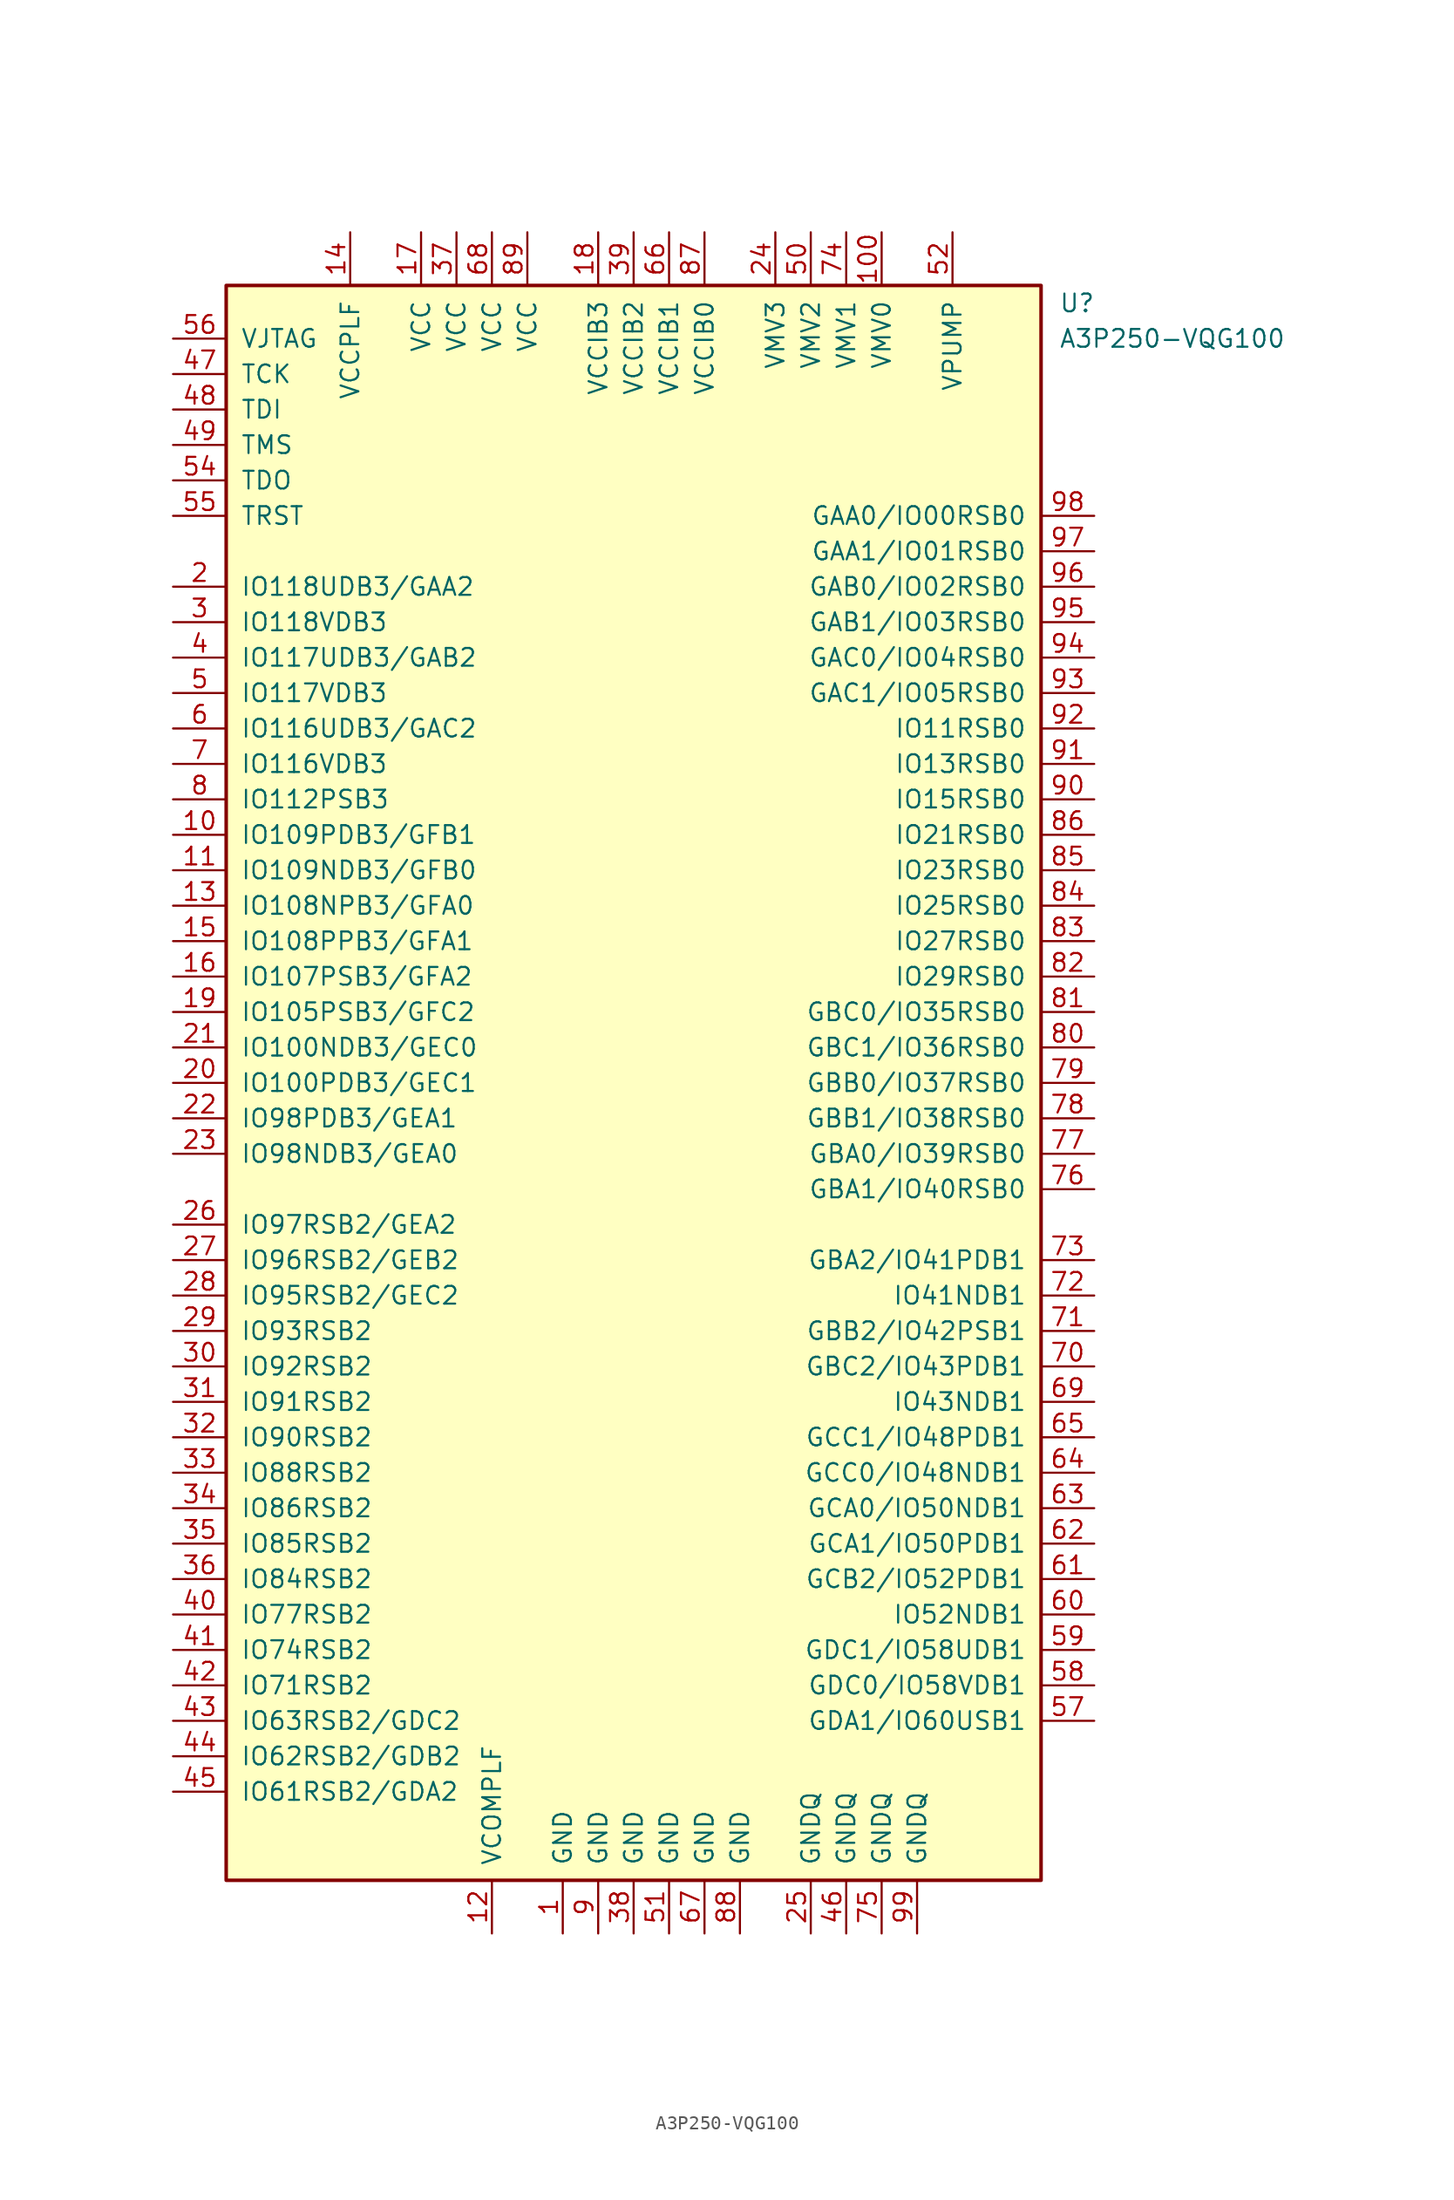
<source format=kicad_sym>
(kicad_symbol_lib
  (version 20201005)
  (generator kicad_symbol_editor)
  (symbol "A3P250-VQG100"
    (pin_names
      (offset 1.016))
    (property "Reference" "U"
      (at 30.48 55.88 0)
      (effects (font (size 1.27 1.27)) (justify left)))
    (property "Value" "A3P250-VQG100"
      (at 30.48 53.34 0)
      (effects (font (size 1.27 1.27)) (justify left)))
    (symbol "A3P250-VQG100_0_1"
      (rectangle (start -29.21 57.15) (end 29.21 -57.15) (stroke (width 0.254)) (fill (type background))))
    (symbol "A3P250-VQG100_1_1"
      (pin power_out line (at -5.08 -60.96 90) (length 3.81) (name "GND" (effects (font (size 1.27 1.27)))) (number "1" (effects (font (size 1.27 1.27)))))
      (pin bidirectional line (at -33.02 17.78 0) (length 3.81) (name "IO109PDB3/GFB1" (effects (font (size 1.27 1.27)))) (number "10" (effects (font (size 1.27 1.27)))))
      (pin power_in line (at 17.78 60.96 270) (length 3.81) (name "VMV0" (effects (font (size 1.27 1.27)))) (number "100" (effects (font (size 1.27 1.27)))))
      (pin bidirectional line (at -33.02 15.24 0) (length 3.81) (name "IO109NDB3/GFB0" (effects (font (size 1.27 1.27)))) (number "11" (effects (font (size 1.27 1.27)))))
      (pin power_in line (at -10.16 -60.96 90) (length 3.81) (name "VCOMPLF" (effects (font (size 1.27 1.27)))) (number "12" (effects (font (size 1.27 1.27)))))
      (pin bidirectional line (at -33.02 12.7 0) (length 3.81) (name "IO108NPB3/GFA0" (effects (font (size 1.27 1.27)))) (number "13" (effects (font (size 1.27 1.27)))))
      (pin power_in line (at -20.32 60.96 270) (length 3.81) (name "VCCPLF" (effects (font (size 1.27 1.27)))) (number "14" (effects (font (size 1.27 1.27)))))
      (pin bidirectional line (at -33.02 10.16 0) (length 3.81) (name "IO108PPB3/GFA1" (effects (font (size 1.27 1.27)))) (number "15" (effects (font (size 1.27 1.27)))))
      (pin bidirectional line (at -33.02 7.62 0) (length 3.81) (name "IO107PSB3/GFA2" (effects (font (size 1.27 1.27)))) (number "16" (effects (font (size 1.27 1.27)))))
      (pin power_in line (at -15.24 60.96 270) (length 3.81) (name "VCC" (effects (font (size 1.27 1.27)))) (number "17" (effects (font (size 1.27 1.27)))))
      (pin power_in line (at -2.54 60.96 270) (length 3.81) (name "VCCIB3" (effects (font (size 1.27 1.27)))) (number "18" (effects (font (size 1.27 1.27)))))
      (pin bidirectional line (at -33.02 5.08 0) (length 3.81) (name "IO105PSB3/GFC2" (effects (font (size 1.27 1.27)))) (number "19" (effects (font (size 1.27 1.27)))))
      (pin bidirectional line (at -33.02 35.56 0) (length 3.81) (name "IO118UDB3/GAA2" (effects (font (size 1.27 1.27)))) (number "2" (effects (font (size 1.27 1.27)))))
      (pin bidirectional line (at -33.02 0 0) (length 3.81) (name "IO100PDB3/GEC1" (effects (font (size 1.27 1.27)))) (number "20" (effects (font (size 1.27 1.27)))))
      (pin bidirectional line (at -33.02 2.54 0) (length 3.81) (name "IO100NDB3/GEC0" (effects (font (size 1.27 1.27)))) (number "21" (effects (font (size 1.27 1.27)))))
      (pin bidirectional line (at -33.02 -2.54 0) (length 3.81) (name "IO98PDB3/GEA1" (effects (font (size 1.27 1.27)))) (number "22" (effects (font (size 1.27 1.27)))))
      (pin bidirectional line (at -33.02 -5.08 0) (length 3.81) (name "IO98NDB3/GEA0" (effects (font (size 1.27 1.27)))) (number "23" (effects (font (size 1.27 1.27)))))
      (pin bidirectional line (at 10.16 60.96 270) (length 3.81) (name "VMV3" (effects (font (size 1.27 1.27)))) (number "24" (effects (font (size 1.27 1.27)))))
      (pin bidirectional line (at 12.7 -60.96 90) (length 3.81) (name "GNDQ" (effects (font (size 1.27 1.27)))) (number "25" (effects (font (size 1.27 1.27)))))
      (pin bidirectional line (at -33.02 -10.16 0) (length 3.81) (name "IO97RSB2/GEA2" (effects (font (size 1.27 1.27)))) (number "26" (effects (font (size 1.27 1.27)))))
      (pin bidirectional line (at -33.02 -12.7 0) (length 3.81) (name "IO96RSB2/GEB2" (effects (font (size 1.27 1.27)))) (number "27" (effects (font (size 1.27 1.27)))))
      (pin bidirectional line (at -33.02 -15.24 0) (length 3.81) (name "IO95RSB2/GEC2" (effects (font (size 1.27 1.27)))) (number "28" (effects (font (size 1.27 1.27)))))
      (pin bidirectional line (at -33.02 -17.78 0) (length 3.81) (name "IO93RSB2" (effects (font (size 1.27 1.27)))) (number "29" (effects (font (size 1.27 1.27)))))
      (pin bidirectional line (at -33.02 33.02 0) (length 3.81) (name "IO118VDB3" (effects (font (size 1.27 1.27)))) (number "3" (effects (font (size 1.27 1.27)))))
      (pin bidirectional line (at -33.02 -20.32 0) (length 3.81) (name "IO92RSB2" (effects (font (size 1.27 1.27)))) (number "30" (effects (font (size 1.27 1.27)))))
      (pin bidirectional line (at -33.02 -22.86 0) (length 3.81) (name "IO91RSB2" (effects (font (size 1.27 1.27)))) (number "31" (effects (font (size 1.27 1.27)))))
      (pin bidirectional line (at -33.02 -25.4 0) (length 3.81) (name "IO90RSB2" (effects (font (size 1.27 1.27)))) (number "32" (effects (font (size 1.27 1.27)))))
      (pin bidirectional line (at -33.02 -27.94 0) (length 3.81) (name "IO88RSB2" (effects (font (size 1.27 1.27)))) (number "33" (effects (font (size 1.27 1.27)))))
      (pin bidirectional line (at -33.02 -30.48 0) (length 3.81) (name "IO86RSB2" (effects (font (size 1.27 1.27)))) (number "34" (effects (font (size 1.27 1.27)))))
      (pin bidirectional line (at -33.02 -33.02 0) (length 3.81) (name "IO85RSB2" (effects (font (size 1.27 1.27)))) (number "35" (effects (font (size 1.27 1.27)))))
      (pin bidirectional line (at -33.02 -35.56 0) (length 3.81) (name "IO84RSB2" (effects (font (size 1.27 1.27)))) (number "36" (effects (font (size 1.27 1.27)))))
      (pin power_in line (at -12.7 60.96 270) (length 3.81) (name "VCC" (effects (font (size 1.27 1.27)))) (number "37" (effects (font (size 1.27 1.27)))))
      (pin power_out line (at 0 -60.96 90) (length 3.81) (name "GND" (effects (font (size 1.27 1.27)))) (number "38" (effects (font (size 1.27 1.27)))))
      (pin power_in line (at 0 60.96 270) (length 3.81) (name "VCCIB2" (effects (font (size 1.27 1.27)))) (number "39" (effects (font (size 1.27 1.27)))))
      (pin bidirectional line (at -33.02 30.48 0) (length 3.81) (name "IO117UDB3/GAB2" (effects (font (size 1.27 1.27)))) (number "4" (effects (font (size 1.27 1.27)))))
      (pin bidirectional line (at -33.02 -38.1 0) (length 3.81) (name "IO77RSB2" (effects (font (size 1.27 1.27)))) (number "40" (effects (font (size 1.27 1.27)))))
      (pin bidirectional line (at -33.02 -40.64 0) (length 3.81) (name "IO74RSB2" (effects (font (size 1.27 1.27)))) (number "41" (effects (font (size 1.27 1.27)))))
      (pin bidirectional line (at -33.02 -43.18 0) (length 3.81) (name "IO71RSB2" (effects (font (size 1.27 1.27)))) (number "42" (effects (font (size 1.27 1.27)))))
      (pin bidirectional line (at -33.02 -45.72 0) (length 3.81) (name "IO63RSB2/GDC2" (effects (font (size 1.27 1.27)))) (number "43" (effects (font (size 1.27 1.27)))))
      (pin bidirectional line (at -33.02 -48.26 0) (length 3.81) (name "IO62RSB2/GDB2" (effects (font (size 1.27 1.27)))) (number "44" (effects (font (size 1.27 1.27)))))
      (pin bidirectional line (at -33.02 -50.8 0) (length 3.81) (name "IO61RSB2/GDA2" (effects (font (size 1.27 1.27)))) (number "45" (effects (font (size 1.27 1.27)))))
      (pin power_out line (at 15.24 -60.96 90) (length 3.81) (name "GNDQ" (effects (font (size 1.27 1.27)))) (number "46" (effects (font (size 1.27 1.27)))))
      (pin bidirectional line (at -33.02 50.8 0) (length 3.81) (name "TCK" (effects (font (size 1.27 1.27)))) (number "47" (effects (font (size 1.27 1.27)))))
      (pin bidirectional line (at -33.02 48.26 0) (length 3.81) (name "TDI" (effects (font (size 1.27 1.27)))) (number "48" (effects (font (size 1.27 1.27)))))
      (pin bidirectional line (at -33.02 45.72 0) (length 3.81) (name "TMS" (effects (font (size 1.27 1.27)))) (number "49" (effects (font (size 1.27 1.27)))))
      (pin bidirectional line (at -33.02 27.94 0) (length 3.81) (name "IO117VDB3" (effects (font (size 1.27 1.27)))) (number "5" (effects (font (size 1.27 1.27)))))
      (pin power_in line (at 12.7 60.96 270) (length 3.81) (name "VMV2" (effects (font (size 1.27 1.27)))) (number "50" (effects (font (size 1.27 1.27)))))
      (pin power_out line (at 2.54 -60.96 90) (length 3.81) (name "GND" (effects (font (size 1.27 1.27)))) (number "51" (effects (font (size 1.27 1.27)))))
      (pin power_in line (at 22.86 60.96 270) (length 3.81) (name "VPUMP" (effects (font (size 1.27 1.27)))) (number "52" (effects (font (size 1.27 1.27)))))
      (pin bidirectional line (at -33.02 43.18 0) (length 3.81) (name "TDO" (effects (font (size 1.27 1.27)))) (number "54" (effects (font (size 1.27 1.27)))))
      (pin bidirectional line (at -33.02 40.64 0) (length 3.81) (name "TRST" (effects (font (size 1.27 1.27)))) (number "55" (effects (font (size 1.27 1.27)))))
      (pin bidirectional line (at -33.02 53.34 0) (length 3.81) (name "VJTAG" (effects (font (size 1.27 1.27)))) (number "56" (effects (font (size 1.27 1.27)))))
      (pin bidirectional line (at 33.02 -45.72 180) (length 3.81) (name "GDA1/IO60USB1" (effects (font (size 1.27 1.27)))) (number "57" (effects (font (size 1.27 1.27)))))
      (pin bidirectional line (at 33.02 -43.18 180) (length 3.81) (name "GDC0/IO58VDB1" (effects (font (size 1.27 1.27)))) (number "58" (effects (font (size 1.27 1.27)))))
      (pin bidirectional line (at 33.02 -40.64 180) (length 3.81) (name "GDC1/IO58UDB1" (effects (font (size 1.27 1.27)))) (number "59" (effects (font (size 1.27 1.27)))))
      (pin bidirectional line (at -33.02 25.4 0) (length 3.81) (name "IO116UDB3/GAC2" (effects (font (size 1.27 1.27)))) (number "6" (effects (font (size 1.27 1.27)))))
      (pin bidirectional line (at 33.02 -38.1 180) (length 3.81) (name "IO52NDB1" (effects (font (size 1.27 1.27)))) (number "60" (effects (font (size 1.27 1.27)))))
      (pin bidirectional line (at 33.02 -35.56 180) (length 3.81) (name "GCB2/IO52PDB1" (effects (font (size 1.27 1.27)))) (number "61" (effects (font (size 1.27 1.27)))))
      (pin bidirectional line (at 33.02 -33.02 180) (length 3.81) (name "GCA1/IO50PDB1" (effects (font (size 1.27 1.27)))) (number "62" (effects (font (size 1.27 1.27)))))
      (pin bidirectional line (at 33.02 -30.48 180) (length 3.81) (name "GCA0/IO50NDB1" (effects (font (size 1.27 1.27)))) (number "63" (effects (font (size 1.27 1.27)))))
      (pin bidirectional line (at 33.02 -27.94 180) (length 3.81) (name "GCC0/IO48NDB1" (effects (font (size 1.27 1.27)))) (number "64" (effects (font (size 1.27 1.27)))))
      (pin bidirectional line (at 33.02 -25.4 180) (length 3.81) (name "GCC1/IO48PDB1" (effects (font (size 1.27 1.27)))) (number "65" (effects (font (size 1.27 1.27)))))
      (pin bidirectional line (at 2.54 60.96 270) (length 3.81) (name "VCCIB1" (effects (font (size 1.27 1.27)))) (number "66" (effects (font (size 1.27 1.27)))))
      (pin power_out line (at 5.08 -60.96 90) (length 3.81) (name "GND" (effects (font (size 1.27 1.27)))) (number "67" (effects (font (size 1.27 1.27)))))
      (pin power_in line (at -10.16 60.96 270) (length 3.81) (name "VCC" (effects (font (size 1.27 1.27)))) (number "68" (effects (font (size 1.27 1.27)))))
      (pin bidirectional line (at 33.02 -22.86 180) (length 3.81) (name "IO43NDB1" (effects (font (size 1.27 1.27)))) (number "69" (effects (font (size 1.27 1.27)))))
      (pin input line (at -33.02 22.86 0) (length 3.81) (name "IO116VDB3" (effects (font (size 1.27 1.27)))) (number "7" (effects (font (size 1.27 1.27)))))
      (pin bidirectional line (at 33.02 -20.32 180) (length 3.81) (name "GBC2/IO43PDB1" (effects (font (size 1.27 1.27)))) (number "70" (effects (font (size 1.27 1.27)))))
      (pin bidirectional line (at 33.02 -17.78 180) (length 3.81) (name "GBB2/IO42PSB1" (effects (font (size 1.27 1.27)))) (number "71" (effects (font (size 1.27 1.27)))))
      (pin bidirectional line (at 33.02 -15.24 180) (length 3.81) (name "IO41NDB1" (effects (font (size 1.27 1.27)))) (number "72" (effects (font (size 1.27 1.27)))))
      (pin bidirectional line (at 33.02 -12.7 180) (length 3.81) (name "GBA2/IO41PDB1" (effects (font (size 1.27 1.27)))) (number "73" (effects (font (size 1.27 1.27)))))
      (pin bidirectional line (at 15.24 60.96 270) (length 3.81) (name "VMV1" (effects (font (size 1.27 1.27)))) (number "74" (effects (font (size 1.27 1.27)))))
      (pin bidirectional line (at 17.78 -60.96 90) (length 3.81) (name "GNDQ" (effects (font (size 1.27 1.27)))) (number "75" (effects (font (size 1.27 1.27)))))
      (pin bidirectional line (at 33.02 -7.62 180) (length 3.81) (name "GBA1/IO40RSB0" (effects (font (size 1.27 1.27)))) (number "76" (effects (font (size 1.27 1.27)))))
      (pin bidirectional line (at 33.02 -5.08 180) (length 3.81) (name "GBA0/IO39RSB0" (effects (font (size 1.27 1.27)))) (number "77" (effects (font (size 1.27 1.27)))))
      (pin bidirectional line (at 33.02 -2.54 180) (length 3.81) (name "GBB1/IO38RSB0" (effects (font (size 1.27 1.27)))) (number "78" (effects (font (size 1.27 1.27)))))
      (pin bidirectional line (at 33.02 0 180) (length 3.81) (name "GBB0/IO37RSB0" (effects (font (size 1.27 1.27)))) (number "79" (effects (font (size 1.27 1.27)))))
      (pin bidirectional line (at -33.02 20.32 0) (length 3.81) (name "IO112PSB3" (effects (font (size 1.27 1.27)))) (number "8" (effects (font (size 1.27 1.27)))))
      (pin bidirectional line (at 33.02 2.54 180) (length 3.81) (name "GBC1/IO36RSB0" (effects (font (size 1.27 1.27)))) (number "80" (effects (font (size 1.27 1.27)))))
      (pin bidirectional line (at 33.02 5.08 180) (length 3.81) (name "GBC0/IO35RSB0" (effects (font (size 1.27 1.27)))) (number "81" (effects (font (size 1.27 1.27)))))
      (pin bidirectional line (at 33.02 7.62 180) (length 3.81) (name "IO29RSB0" (effects (font (size 1.27 1.27)))) (number "82" (effects (font (size 1.27 1.27)))))
      (pin bidirectional line (at 33.02 10.16 180) (length 3.81) (name "IO27RSB0" (effects (font (size 1.27 1.27)))) (number "83" (effects (font (size 1.27 1.27)))))
      (pin bidirectional line (at 33.02 12.7 180) (length 3.81) (name "IO25RSB0" (effects (font (size 1.27 1.27)))) (number "84" (effects (font (size 1.27 1.27)))))
      (pin bidirectional line (at 33.02 15.24 180) (length 3.81) (name "IO23RSB0" (effects (font (size 1.27 1.27)))) (number "85" (effects (font (size 1.27 1.27)))))
      (pin bidirectional line (at 33.02 17.78 180) (length 3.81) (name "IO21RSB0" (effects (font (size 1.27 1.27)))) (number "86" (effects (font (size 1.27 1.27)))))
      (pin power_in line (at 5.08 60.96 270) (length 3.81) (name "VCCIB0" (effects (font (size 1.27 1.27)))) (number "87" (effects (font (size 1.27 1.27)))))
      (pin power_out line (at 7.62 -60.96 90) (length 3.81) (name "GND" (effects (font (size 1.27 1.27)))) (number "88" (effects (font (size 1.27 1.27)))))
      (pin power_in line (at -7.62 60.96 270) (length 3.81) (name "VCC" (effects (font (size 1.27 1.27)))) (number "89" (effects (font (size 1.27 1.27)))))
      (pin power_out line (at -2.54 -60.96 90) (length 3.81) (name "GND" (effects (font (size 1.27 1.27)))) (number "9" (effects (font (size 1.27 1.27)))))
      (pin input line (at 33.02 20.32 180) (length 3.81) (name "IO15RSB0" (effects (font (size 1.27 1.27)))) (number "90" (effects (font (size 1.27 1.27)))))
      (pin bidirectional line (at 33.02 22.86 180) (length 3.81) (name "IO13RSB0" (effects (font (size 1.27 1.27)))) (number "91" (effects (font (size 1.27 1.27)))))
      (pin bidirectional line (at 33.02 25.4 180) (length 3.81) (name "IO11RSB0" (effects (font (size 1.27 1.27)))) (number "92" (effects (font (size 1.27 1.27)))))
      (pin bidirectional line (at 33.02 27.94 180) (length 3.81) (name "GAC1/IO05RSB0" (effects (font (size 1.27 1.27)))) (number "93" (effects (font (size 1.27 1.27)))))
      (pin bidirectional line (at 33.02 30.48 180) (length 3.81) (name "GAC0/IO04RSB0" (effects (font (size 1.27 1.27)))) (number "94" (effects (font (size 1.27 1.27)))))
      (pin bidirectional line (at 33.02 33.02 180) (length 3.81) (name "GAB1/IO03RSB0" (effects (font (size 1.27 1.27)))) (number "95" (effects (font (size 1.27 1.27)))))
      (pin bidirectional line (at 33.02 35.56 180) (length 3.81) (name "GAB0/IO02RSB0" (effects (font (size 1.27 1.27)))) (number "96" (effects (font (size 1.27 1.27)))))
      (pin bidirectional line (at 33.02 38.1 180) (length 3.81) (name "GAA1/IO01RSB0" (effects (font (size 1.27 1.27)))) (number "97" (effects (font (size 1.27 1.27)))))
      (pin bidirectional line (at 33.02 40.64 180) (length 3.81) (name "GAA0/IO00RSB0" (effects (font (size 1.27 1.27)))) (number "98" (effects (font (size 1.27 1.27)))))
      (pin power_out line (at 20.32 -60.96 90) (length 3.81) (name "GNDQ" (effects (font (size 1.27 1.27)))) (number "99" (effects (font (size 1.27 1.27))))))))
</source>
